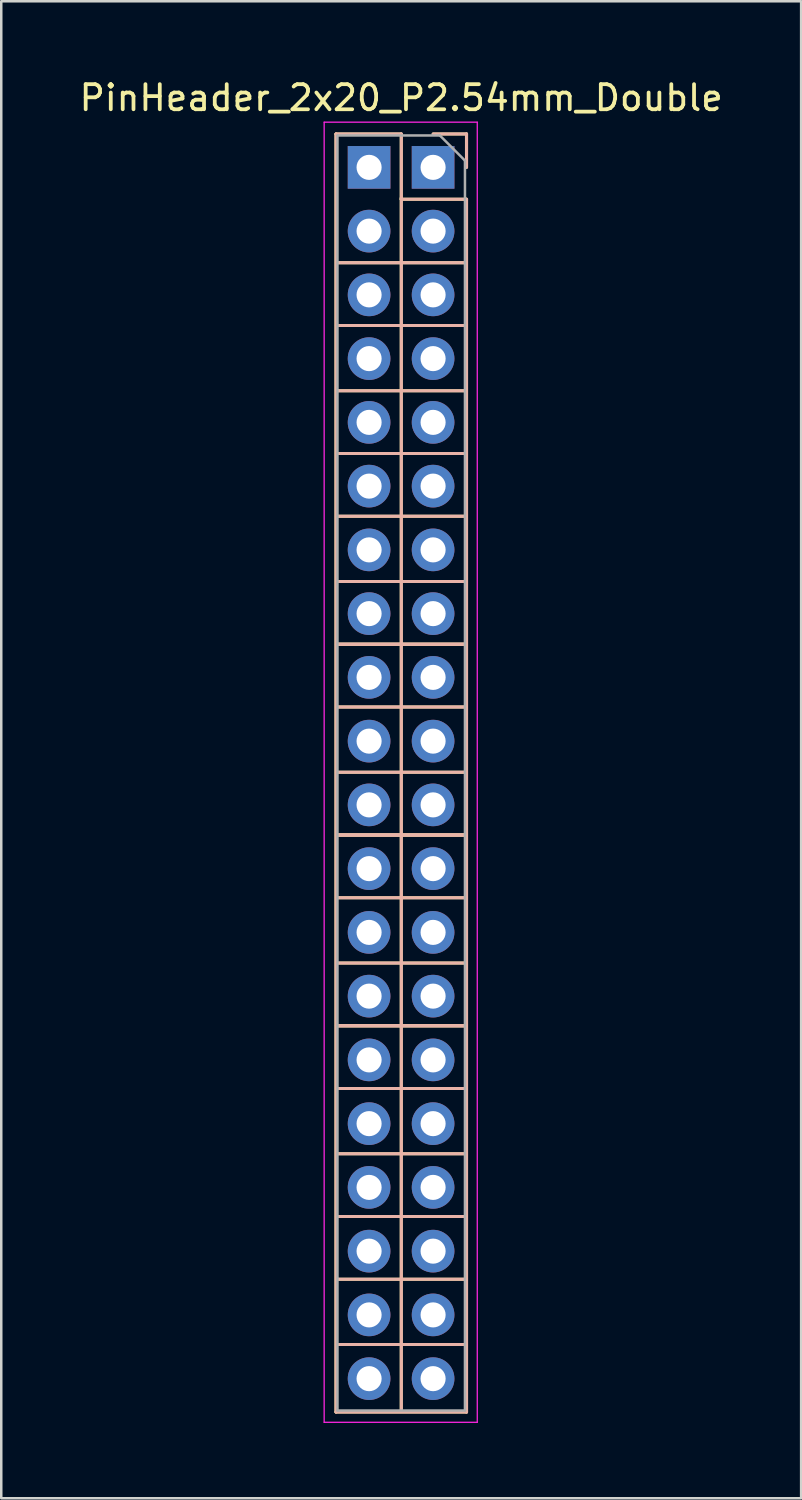
<source format=kicad_pcb>
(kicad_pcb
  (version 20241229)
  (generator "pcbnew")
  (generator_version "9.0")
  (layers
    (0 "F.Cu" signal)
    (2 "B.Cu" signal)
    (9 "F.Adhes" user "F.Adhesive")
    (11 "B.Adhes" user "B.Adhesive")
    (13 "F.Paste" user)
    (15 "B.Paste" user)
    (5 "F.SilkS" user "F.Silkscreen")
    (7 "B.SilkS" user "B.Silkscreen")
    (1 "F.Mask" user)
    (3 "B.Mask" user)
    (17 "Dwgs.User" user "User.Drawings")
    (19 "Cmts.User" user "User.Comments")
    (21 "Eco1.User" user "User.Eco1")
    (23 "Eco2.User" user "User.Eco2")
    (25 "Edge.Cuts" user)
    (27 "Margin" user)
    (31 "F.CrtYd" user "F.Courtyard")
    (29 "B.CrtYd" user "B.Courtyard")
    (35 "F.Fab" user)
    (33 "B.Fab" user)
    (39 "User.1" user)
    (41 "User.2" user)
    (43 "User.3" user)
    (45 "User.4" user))
  (footprint "PinHeader_2x20_P2.54mm_Double"
    (layer "F.Cu")
    (at 14.205 3.618)
    (property "Reference" "PinHeader_2x20_P2.54mm_Double" (at -1.27 -2.77 0) (layer "F.SilkS") (effects (font (size 1 1) (thickness 0.15))))
    (attr through_hole)
    (fp_line (start -3.87 -1.33) (end -3.87 49.59) (stroke (width 0.12) (type solid)) (layer "F.SilkS"))
    (fp_line (start -3.87 -1.33) (end -1.27 -1.33) (stroke (width 0.12) (type solid)) (layer "F.SilkS"))
    (fp_line (start -3.87 49.59) (end 1.33 49.59) (stroke (width 0.12) (type solid)) (layer "F.SilkS"))
    (fp_line (start -3.85 3.8) (end 1.3 3.8) (stroke (width 0.12) (type solid)) (layer "F.SilkS"))
    (fp_line (start -3.85 6.3) (end 1.3 6.3) (stroke (width 0.12) (type solid)) (layer "F.SilkS"))
    (fp_line (start -3.85 8.9) (end 1.3 8.9) (stroke (width 0.12) (type solid)) (layer "F.SilkS"))
    (fp_line (start -3.85 11.4) (end 1.3 11.4) (stroke (width 0.12) (type solid)) (layer "F.SilkS"))
    (fp_line (start -3.85 11.4) (end 1.3 11.4) (stroke (width 0.12) (type solid)) (layer "F.SilkS"))
    (fp_line (start -3.85 13.9) (end 1.3 13.9) (stroke (width 0.12) (type solid)) (layer "F.SilkS"))
    (fp_line (start -3.85 16.5) (end 1.3 16.5) (stroke (width 0.12) (type solid)) (layer "F.SilkS"))
    (fp_line (start -3.85 19) (end 1.3 19) (stroke (width 0.12) (type solid)) (layer "F.SilkS"))
    (fp_line (start -3.85 19) (end 1.3 19) (stroke (width 0.12) (type solid)) (layer "F.SilkS"))
    (fp_line (start -3.85 21.5) (end 1.3 21.5) (stroke (width 0.12) (type solid)) (layer "F.SilkS"))
    (fp_line (start -3.85 24.1) (end 1.3 24.1) (stroke (width 0.12) (type solid)) (layer "F.SilkS"))
    (fp_line (start -3.85 26.6) (end 1.3 26.6) (stroke (width 0.12) (type solid)) (layer "F.SilkS"))
    (fp_line (start -3.85 26.6) (end 1.3 26.6) (stroke (width 0.12) (type solid)) (layer "F.SilkS"))
    (fp_line (start -3.85 29.1) (end 1.3 29.1) (stroke (width 0.12) (type solid)) (layer "F.SilkS"))
    (fp_line (start -3.85 31.7) (end 1.3 31.7) (stroke (width 0.12) (type solid)) (layer "F.SilkS"))
    (fp_line (start -3.85 34.2) (end 1.3 34.2) (stroke (width 0.12) (type solid)) (layer "F.SilkS"))
    (fp_line (start -3.85 34.2) (end 1.3 34.2) (stroke (width 0.12) (type solid)) (layer "F.SilkS"))
    (fp_line (start -3.85 36.7) (end 1.3 36.7) (stroke (width 0.12) (type solid)) (layer "F.SilkS"))
    (fp_line (start -3.85 39.3) (end 1.3 39.3) (stroke (width 0.12) (type solid)) (layer "F.SilkS"))
    (fp_line (start -3.85 41.8) (end 1.3 41.8) (stroke (width 0.12) (type solid)) (layer "F.SilkS"))
    (fp_line (start -3.85 41.8) (end 1.3 41.8) (stroke (width 0.12) (type solid)) (layer "F.SilkS"))
    (fp_line (start -3.85 44.3) (end 1.3 44.3) (stroke (width 0.12) (type solid)) (layer "F.SilkS"))
    (fp_line (start -3.85 46.9) (end 1.3 46.9) (stroke (width 0.12) (type solid)) (layer "F.SilkS"))
    (fp_line (start -1.27 -1.33) (end -1.27 1.27) (stroke (width 0.12) (type solid)) (layer "F.SilkS"))
    (fp_line (start -1.27 1.22) (end -1.27 49.55) (stroke (width 0.12) (type solid)) (layer "F.SilkS"))
    (fp_line (start -1.27 1.27) (end 1.33 1.27) (stroke (width 0.12) (type solid)) (layer "F.SilkS"))
    (fp_line (start 0 -1.33) (end 1.33 -1.33) (stroke (width 0.12) (type solid)) (layer "F.SilkS"))
    (fp_line (start 1.33 -1.33) (end 1.33 0) (stroke (width 0.12) (type solid)) (layer "F.SilkS"))
    (fp_line (start 1.33 1.27) (end 1.33 49.59) (stroke (width 0.12) (type solid)) (layer "F.SilkS"))
    (fp_line (start -3.865 -1.33) (end -3.865 49.59) (stroke (width 0.12) (type solid)) (layer "B.SilkS"))
    (fp_line (start -3.865 -1.33) (end -1.265 -1.33) (stroke (width 0.12) (type solid)) (layer "B.SilkS"))
    (fp_line (start -3.865 49.59) (end 1.335 49.59) (stroke (width 0.12) (type solid)) (layer "B.SilkS"))
    (fp_line (start -3.845 3.8) (end 1.305 3.8) (stroke (width 0.12) (type solid)) (layer "B.SilkS"))
    (fp_line (start -3.845 6.3) (end 1.305 6.3) (stroke (width 0.12) (type solid)) (layer "B.SilkS"))
    (fp_line (start -3.845 8.9) (end 1.305 8.9) (stroke (width 0.12) (type solid)) (layer "B.SilkS"))
    (fp_line (start -3.845 11.4) (end 1.305 11.4) (stroke (width 0.12) (type solid)) (layer "B.SilkS"))
    (fp_line (start -3.845 11.4) (end 1.305 11.4) (stroke (width 0.12) (type solid)) (layer "B.SilkS"))
    (fp_line (start -3.845 13.9) (end 1.305 13.9) (stroke (width 0.12) (type solid)) (layer "B.SilkS"))
    (fp_line (start -3.845 16.5) (end 1.305 16.5) (stroke (width 0.12) (type solid)) (layer "B.SilkS"))
    (fp_line (start -3.845 19) (end 1.305 19) (stroke (width 0.12) (type solid)) (layer "B.SilkS"))
    (fp_line (start -3.845 19) (end 1.305 19) (stroke (width 0.12) (type solid)) (layer "B.SilkS"))
    (fp_line (start -3.845 21.5) (end 1.305 21.5) (stroke (width 0.12) (type solid)) (layer "B.SilkS"))
    (fp_line (start -3.845 24.1) (end 1.305 24.1) (stroke (width 0.12) (type solid)) (layer "B.SilkS"))
    (fp_line (start -3.845 26.6) (end 1.305 26.6) (stroke (width 0.12) (type solid)) (layer "B.SilkS"))
    (fp_line (start -3.845 26.6) (end 1.305 26.6) (stroke (width 0.12) (type solid)) (layer "B.SilkS"))
    (fp_line (start -3.845 29.1) (end 1.305 29.1) (stroke (width 0.12) (type solid)) (layer "B.SilkS"))
    (fp_line (start -3.845 31.7) (end 1.305 31.7) (stroke (width 0.12) (type solid)) (layer "B.SilkS"))
    (fp_line (start -3.845 34.2) (end 1.305 34.2) (stroke (width 0.12) (type solid)) (layer "B.SilkS"))
    (fp_line (start -3.845 34.2) (end 1.305 34.2) (stroke (width 0.12) (type solid)) (layer "B.SilkS"))
    (fp_line (start -3.845 36.7) (end 1.305 36.7) (stroke (width 0.12) (type solid)) (layer "B.SilkS"))
    (fp_line (start -3.845 39.3) (end 1.305 39.3) (stroke (width 0.12) (type solid)) (layer "B.SilkS"))
    (fp_line (start -3.845 41.8) (end 1.305 41.8) (stroke (width 0.12) (type solid)) (layer "B.SilkS"))
    (fp_line (start -3.845 41.8) (end 1.305 41.8) (stroke (width 0.12) (type solid)) (layer "B.SilkS"))
    (fp_line (start -3.845 44.3) (end 1.305 44.3) (stroke (width 0.12) (type solid)) (layer "B.SilkS"))
    (fp_line (start -3.845 46.9) (end 1.305 46.9) (stroke (width 0.12) (type solid)) (layer "B.SilkS"))
    (fp_line (start -1.265 -1.33) (end -1.265 1.27) (stroke (width 0.12) (type solid)) (layer "B.SilkS"))
    (fp_line (start -1.265 1.22) (end -1.265 49.55) (stroke (width 0.12) (type solid)) (layer "B.SilkS"))
    (fp_line (start -1.265 1.27) (end 1.335 1.27) (stroke (width 0.12) (type solid)) (layer "B.SilkS"))
    (fp_line (start 0.005 -1.33) (end 1.335 -1.33) (stroke (width 0.12) (type solid)) (layer "B.SilkS"))
    (fp_line (start 1.335 -1.33) (end 1.335 0) (stroke (width 0.12) (type solid)) (layer "B.SilkS"))
    (fp_line (start 1.335 1.27) (end 1.335 49.59) (stroke (width 0.12) (type solid)) (layer "B.SilkS"))
    (fp_line (start -4.34 -1.8) (end 1.76 -1.8) (stroke (width 0.05) (type solid)) (layer "F.CrtYd"))
    (fp_line (start -4.34 50) (end -4.34 -1.8) (stroke (width 0.05) (type solid)) (layer "F.CrtYd"))
    (fp_line (start 1.76 -1.8) (end 1.76 50) (stroke (width 0.05) (type solid)) (layer "F.CrtYd"))
    (fp_line (start 1.76 50) (end -4.34 50) (stroke (width 0.05) (type solid)) (layer "F.CrtYd"))
    (fp_line (start -3.81 -1.27) (end 0.27 -1.27) (stroke (width 0.1) (type solid)) (layer "F.Fab"))
    (fp_line (start -3.81 49.53) (end -3.81 -1.27) (stroke (width 0.1) (type solid)) (layer "F.Fab"))
    (fp_line (start 0.27 -1.27) (end 1.27 -0.27) (stroke (width 0.1) (type solid)) (layer "F.Fab"))
    (fp_line (start 1.27 -0.27) (end 1.27 49.53) (stroke (width 0.1) (type solid)) (layer "F.Fab"))
    (fp_line (start 1.27 49.53) (end -3.81 49.53) (stroke (width 0.1) (type solid)) (layer "F.Fab"))
    (pad "1" thru_hole rect (at -2.55 0) (size 1.7 1.7) (drill 1) (layers "*.Cu" "*.Mask"))
    (pad "1" thru_hole rect (at 0 0) (size 1.7 1.7) (drill 1) (layers "*.Cu" "*.Mask"))
    (pad "2" thru_hole oval (at -2.55 2.54) (size 1.7 1.7) (drill 1) (layers "*.Cu" "*.Mask"))
    (pad "2" thru_hole oval (at 0 2.54) (size 1.7 1.7) (drill 1) (layers "*.Cu" "*.Mask"))
    (pad "3" thru_hole oval (at -2.55 5.08) (size 1.7 1.7) (drill 1) (layers "*.Cu" "*.Mask"))
    (pad "3" thru_hole oval (at 0 5.08) (size 1.7 1.7) (drill 1) (layers "*.Cu" "*.Mask"))
    (pad "4" thru_hole oval (at -2.55 7.62) (size 1.7 1.7) (drill 1) (layers "*.Cu" "*.Mask"))
    (pad "4" thru_hole oval (at 0 7.62) (size 1.7 1.7) (drill 1) (layers "*.Cu" "*.Mask"))
    (pad "5" thru_hole oval (at -2.55 10.16) (size 1.7 1.7) (drill 1) (layers "*.Cu" "*.Mask"))
    (pad "5" thru_hole oval (at 0 10.16) (size 1.7 1.7) (drill 1) (layers "*.Cu" "*.Mask"))
    (pad "6" thru_hole oval (at -2.55 12.7) (size 1.7 1.7) (drill 1) (layers "*.Cu" "*.Mask"))
    (pad "6" thru_hole oval (at 0 12.7) (size 1.7 1.7) (drill 1) (layers "*.Cu" "*.Mask"))
    (pad "7" thru_hole oval (at -2.55 15.24) (size 1.7 1.7) (drill 1) (layers "*.Cu" "*.Mask"))
    (pad "7" thru_hole oval (at 0 15.24) (size 1.7 1.7) (drill 1) (layers "*.Cu" "*.Mask"))
    (pad "8" thru_hole oval (at -2.55 17.78) (size 1.7 1.7) (drill 1) (layers "*.Cu" "*.Mask"))
    (pad "8" thru_hole oval (at 0 17.78) (size 1.7 1.7) (drill 1) (layers "*.Cu" "*.Mask"))
    (pad "9" thru_hole oval (at -2.55 20.32) (size 1.7 1.7) (drill 1) (layers "*.Cu" "*.Mask"))
    (pad "9" thru_hole oval (at 0 20.32) (size 1.7 1.7) (drill 1) (layers "*.Cu" "*.Mask"))
    (pad "10" thru_hole oval (at -2.55 22.86) (size 1.7 1.7) (drill 1) (layers "*.Cu" "*.Mask"))
    (pad "10" thru_hole oval (at 0 22.86) (size 1.7 1.7) (drill 1) (layers "*.Cu" "*.Mask"))
    (pad "11" thru_hole oval (at -2.55 25.4) (size 1.7 1.7) (drill 1) (layers "*.Cu" "*.Mask"))
    (pad "11" thru_hole oval (at 0 25.4) (size 1.7 1.7) (drill 1) (layers "*.Cu" "*.Mask"))
    (pad "12" thru_hole oval (at -2.55 27.94) (size 1.7 1.7) (drill 1) (layers "*.Cu" "*.Mask"))
    (pad "12" thru_hole oval (at 0 27.94) (size 1.7 1.7) (drill 1) (layers "*.Cu" "*.Mask"))
    (pad "13" thru_hole oval (at -2.55 30.48) (size 1.7 1.7) (drill 1) (layers "*.Cu" "*.Mask"))
    (pad "13" thru_hole oval (at 0 30.48) (size 1.7 1.7) (drill 1) (layers "*.Cu" "*.Mask"))
    (pad "14" thru_hole oval (at -2.55 33.02) (size 1.7 1.7) (drill 1) (layers "*.Cu" "*.Mask"))
    (pad "14" thru_hole oval (at 0 33.02) (size 1.7 1.7) (drill 1) (layers "*.Cu" "*.Mask"))
    (pad "15" thru_hole oval (at -2.55 35.56) (size 1.7 1.7) (drill 1) (layers "*.Cu" "*.Mask"))
    (pad "15" thru_hole oval (at 0 35.56) (size 1.7 1.7) (drill 1) (layers "*.Cu" "*.Mask"))
    (pad "16" thru_hole oval (at -2.55 38.1) (size 1.7 1.7) (drill 1) (layers "*.Cu" "*.Mask"))
    (pad "16" thru_hole oval (at 0 38.1) (size 1.7 1.7) (drill 1) (layers "*.Cu" "*.Mask"))
    (pad "17" thru_hole oval (at -2.55 40.64) (size 1.7 1.7) (drill 1) (layers "*.Cu" "*.Mask"))
    (pad "17" thru_hole oval (at 0 40.64) (size 1.7 1.7) (drill 1) (layers "*.Cu" "*.Mask"))
    (pad "18" thru_hole oval (at -2.55 43.18) (size 1.7 1.7) (drill 1) (layers "*.Cu" "*.Mask"))
    (pad "18" thru_hole oval (at 0 43.18) (size 1.7 1.7) (drill 1) (layers "*.Cu" "*.Mask"))
    (pad "19" thru_hole oval (at -2.55 45.72) (size 1.7 1.7) (drill 1) (layers "*.Cu" "*.Mask"))
    (pad "19" thru_hole oval (at 0 45.72) (size 1.7 1.7) (drill 1) (layers "*.Cu" "*.Mask"))
    (pad "20" thru_hole oval (at -2.55 48.26) (size 1.7 1.7) (drill 1) (layers "*.Cu" "*.Mask"))
    (pad "20" thru_hole oval (at 0 48.26) (size 1.7 1.7) (drill 1) (layers "*.Cu" "*.Mask")))
  (gr_rect
    (start -3 -3)
    (end 28.869 56.643)
    (stroke (width 0.1) (type default))
    (fill no)
    (layer "Edge.Cuts")))
</source>
